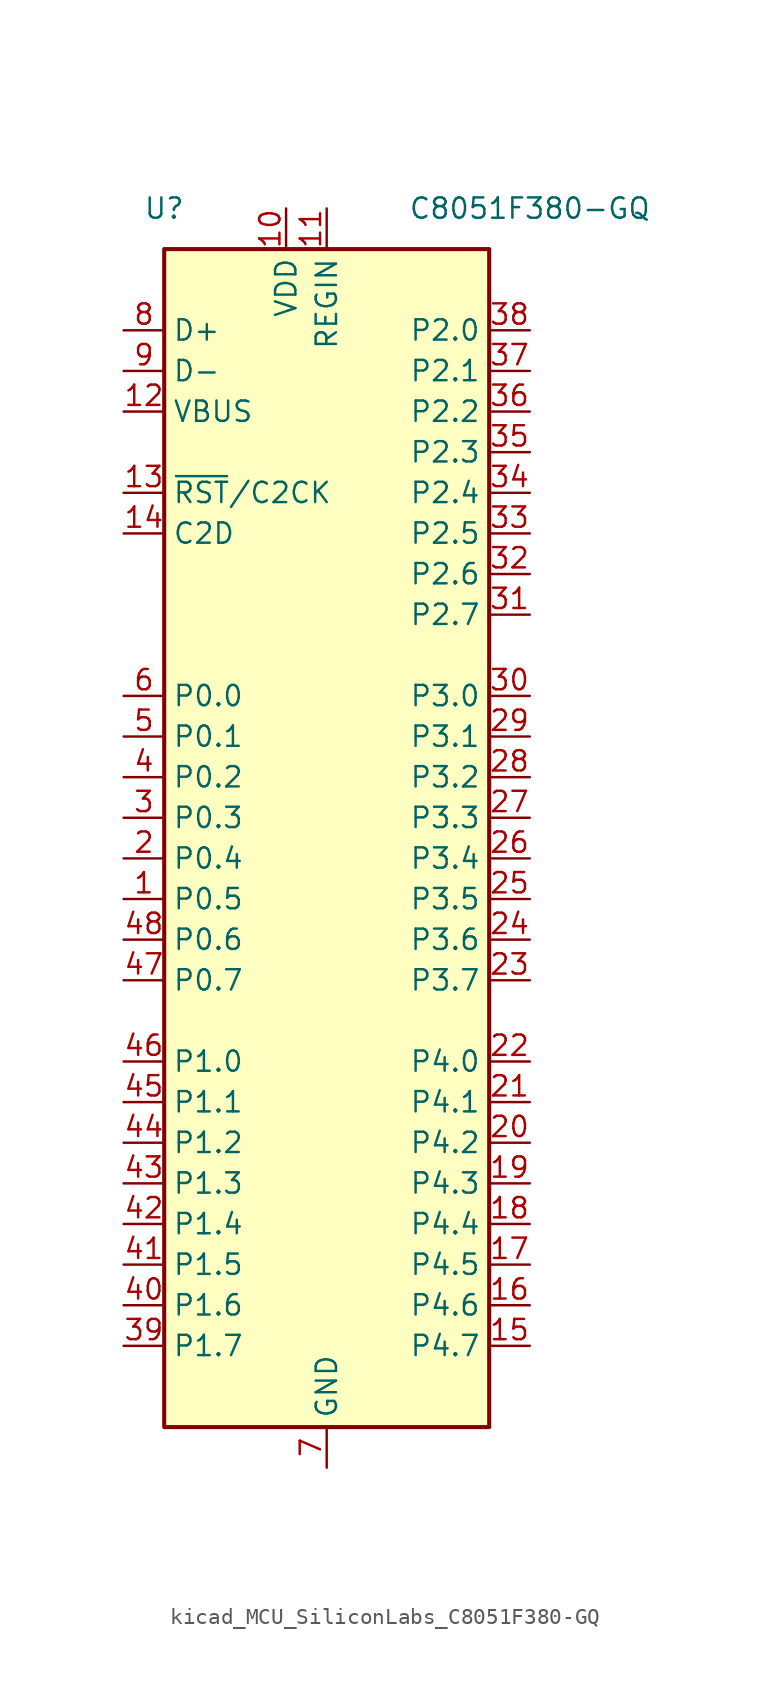
<source format=kicad_sym>
(kicad_symbol_lib
  (version 20220914)
  (generator kicad_symbol_editor)
  (symbol "kicad_MCU_SiliconLabs_C8051F380-GQ"
    (property "Reference" "U"
      (at -10.16 40.64 0)
      (effects (font (size 1.27 1.27))))
    (property "Value" "C8051F380-GQ"
      (at 12.7 40.64 0)
      (effects (font (size 1.27 1.27))))
    (symbol "kicad_MCU_SiliconLabs_C8051F380-GQ_0_1"
      (rectangle (start -10.16 38.1) (end 10.16 -35.56) (stroke (width 0.254) (type default)) (fill (type background))))
    (symbol "kicad_MCU_SiliconLabs_C8051F380-GQ_1_1"
      (pin bidirectional line (at -12.7 -2.54 0) (length 2.54) (name "P0.5" (effects (font (size 1.27 1.27)))) (number "1" (effects (font (size 1.27 1.27)))))
      (pin power_in line (at -2.54 40.64 270) (length 2.54) (name "VDD" (effects (font (size 1.27 1.27)))) (number "10" (effects (font (size 1.27 1.27)))))
      (pin power_in line (at 0 40.64 270) (length 2.54) (name "REGIN" (effects (font (size 1.27 1.27)))) (number "11" (effects (font (size 1.27 1.27)))))
      (pin input line (at -12.7 27.94 0) (length 2.54) (name "VBUS" (effects (font (size 1.27 1.27)))) (number "12" (effects (font (size 1.27 1.27)))))
      (pin input line (at -12.7 22.86 0) (length 2.54) (name "~{RST}/C2CK" (effects (font (size 1.27 1.27)))) (number "13" (effects (font (size 1.27 1.27)))))
      (pin bidirectional line (at -12.7 20.32 0) (length 2.54) (name "C2D" (effects (font (size 1.27 1.27)))) (number "14" (effects (font (size 1.27 1.27)))))
      (pin bidirectional line (at 12.7 -30.48 180) (length 2.54) (name "P4.7" (effects (font (size 1.27 1.27)))) (number "15" (effects (font (size 1.27 1.27)))))
      (pin bidirectional line (at 12.7 -27.94 180) (length 2.54) (name "P4.6" (effects (font (size 1.27 1.27)))) (number "16" (effects (font (size 1.27 1.27)))))
      (pin bidirectional line (at 12.7 -25.4 180) (length 2.54) (name "P4.5" (effects (font (size 1.27 1.27)))) (number "17" (effects (font (size 1.27 1.27)))))
      (pin bidirectional line (at 12.7 -22.86 180) (length 2.54) (name "P4.4" (effects (font (size 1.27 1.27)))) (number "18" (effects (font (size 1.27 1.27)))))
      (pin bidirectional line (at 12.7 -20.32 180) (length 2.54) (name "P4.3" (effects (font (size 1.27 1.27)))) (number "19" (effects (font (size 1.27 1.27)))))
      (pin bidirectional line (at -12.7 0 0) (length 2.54) (name "P0.4" (effects (font (size 1.27 1.27)))) (number "2" (effects (font (size 1.27 1.27)))))
      (pin bidirectional line (at 12.7 -17.78 180) (length 2.54) (name "P4.2" (effects (font (size 1.27 1.27)))) (number "20" (effects (font (size 1.27 1.27)))))
      (pin bidirectional line (at 12.7 -15.24 180) (length 2.54) (name "P4.1" (effects (font (size 1.27 1.27)))) (number "21" (effects (font (size 1.27 1.27)))))
      (pin bidirectional line (at 12.7 -12.7 180) (length 2.54) (name "P4.0" (effects (font (size 1.27 1.27)))) (number "22" (effects (font (size 1.27 1.27)))))
      (pin bidirectional line (at 12.7 -7.62 180) (length 2.54) (name "P3.7" (effects (font (size 1.27 1.27)))) (number "23" (effects (font (size 1.27 1.27)))))
      (pin bidirectional line (at 12.7 -5.08 180) (length 2.54) (name "P3.6" (effects (font (size 1.27 1.27)))) (number "24" (effects (font (size 1.27 1.27)))))
      (pin bidirectional line (at 12.7 -2.54 180) (length 2.54) (name "P3.5" (effects (font (size 1.27 1.27)))) (number "25" (effects (font (size 1.27 1.27)))))
      (pin bidirectional line (at 12.7 0 180) (length 2.54) (name "P3.4" (effects (font (size 1.27 1.27)))) (number "26" (effects (font (size 1.27 1.27)))))
      (pin bidirectional line (at 12.7 2.54 180) (length 2.54) (name "P3.3" (effects (font (size 1.27 1.27)))) (number "27" (effects (font (size 1.27 1.27)))))
      (pin bidirectional line (at 12.7 5.08 180) (length 2.54) (name "P3.2" (effects (font (size 1.27 1.27)))) (number "28" (effects (font (size 1.27 1.27)))))
      (pin bidirectional line (at 12.7 7.62 180) (length 2.54) (name "P3.1" (effects (font (size 1.27 1.27)))) (number "29" (effects (font (size 1.27 1.27)))))
      (pin bidirectional line (at -12.7 2.54 0) (length 2.54) (name "P0.3" (effects (font (size 1.27 1.27)))) (number "3" (effects (font (size 1.27 1.27)))))
      (pin bidirectional line (at 12.7 10.16 180) (length 2.54) (name "P3.0" (effects (font (size 1.27 1.27)))) (number "30" (effects (font (size 1.27 1.27)))))
      (pin bidirectional line (at 12.7 15.24 180) (length 2.54) (name "P2.7" (effects (font (size 1.27 1.27)))) (number "31" (effects (font (size 1.27 1.27)))))
      (pin bidirectional line (at 12.7 17.78 180) (length 2.54) (name "P2.6" (effects (font (size 1.27 1.27)))) (number "32" (effects (font (size 1.27 1.27)))))
      (pin bidirectional line (at 12.7 20.32 180) (length 2.54) (name "P2.5" (effects (font (size 1.27 1.27)))) (number "33" (effects (font (size 1.27 1.27)))))
      (pin bidirectional line (at 12.7 22.86 180) (length 2.54) (name "P2.4" (effects (font (size 1.27 1.27)))) (number "34" (effects (font (size 1.27 1.27)))))
      (pin bidirectional line (at 12.7 25.4 180) (length 2.54) (name "P2.3" (effects (font (size 1.27 1.27)))) (number "35" (effects (font (size 1.27 1.27)))))
      (pin bidirectional line (at 12.7 27.94 180) (length 2.54) (name "P2.2" (effects (font (size 1.27 1.27)))) (number "36" (effects (font (size 1.27 1.27)))))
      (pin bidirectional line (at 12.7 30.48 180) (length 2.54) (name "P2.1" (effects (font (size 1.27 1.27)))) (number "37" (effects (font (size 1.27 1.27)))))
      (pin bidirectional line (at 12.7 33.02 180) (length 2.54) (name "P2.0" (effects (font (size 1.27 1.27)))) (number "38" (effects (font (size 1.27 1.27)))))
      (pin bidirectional line (at -12.7 -30.48 0) (length 2.54) (name "P1.7" (effects (font (size 1.27 1.27)))) (number "39" (effects (font (size 1.27 1.27)))))
      (pin bidirectional line (at -12.7 5.08 0) (length 2.54) (name "P0.2" (effects (font (size 1.27 1.27)))) (number "4" (effects (font (size 1.27 1.27)))))
      (pin bidirectional line (at -12.7 -27.94 0) (length 2.54) (name "P1.6" (effects (font (size 1.27 1.27)))) (number "40" (effects (font (size 1.27 1.27)))))
      (pin bidirectional line (at -12.7 -25.4 0) (length 2.54) (name "P1.5" (effects (font (size 1.27 1.27)))) (number "41" (effects (font (size 1.27 1.27)))))
      (pin bidirectional line (at -12.7 -22.86 0) (length 2.54) (name "P1.4" (effects (font (size 1.27 1.27)))) (number "42" (effects (font (size 1.27 1.27)))))
      (pin bidirectional line (at -12.7 -20.32 0) (length 2.54) (name "P1.3" (effects (font (size 1.27 1.27)))) (number "43" (effects (font (size 1.27 1.27)))))
      (pin bidirectional line (at -12.7 -17.78 0) (length 2.54) (name "P1.2" (effects (font (size 1.27 1.27)))) (number "44" (effects (font (size 1.27 1.27)))))
      (pin bidirectional line (at -12.7 -15.24 0) (length 2.54) (name "P1.1" (effects (font (size 1.27 1.27)))) (number "45" (effects (font (size 1.27 1.27)))))
      (pin bidirectional line (at -12.7 -12.7 0) (length 2.54) (name "P1.0" (effects (font (size 1.27 1.27)))) (number "46" (effects (font (size 1.27 1.27)))))
      (pin bidirectional line (at -12.7 -7.62 0) (length 2.54) (name "P0.7" (effects (font (size 1.27 1.27)))) (number "47" (effects (font (size 1.27 1.27)))))
      (pin bidirectional line (at -12.7 -5.08 0) (length 2.54) (name "P0.6" (effects (font (size 1.27 1.27)))) (number "48" (effects (font (size 1.27 1.27)))))
      (pin bidirectional line (at -12.7 7.62 0) (length 2.54) (name "P0.1" (effects (font (size 1.27 1.27)))) (number "5" (effects (font (size 1.27 1.27)))))
      (pin bidirectional line (at -12.7 10.16 0) (length 2.54) (name "P0.0" (effects (font (size 1.27 1.27)))) (number "6" (effects (font (size 1.27 1.27)))))
      (pin power_in line (at 0 -38.1 90) (length 2.54) (name "GND" (effects (font (size 1.27 1.27)))) (number "7" (effects (font (size 1.27 1.27)))))
      (pin bidirectional line (at -12.7 33.02 0) (length 2.54) (name "D+" (effects (font (size 1.27 1.27)))) (number "8" (effects (font (size 1.27 1.27)))))
      (pin bidirectional line (at -12.7 30.48 0) (length 2.54) (name "D-" (effects (font (size 1.27 1.27)))) (number "9" (effects (font (size 1.27 1.27))))))))
</source>
